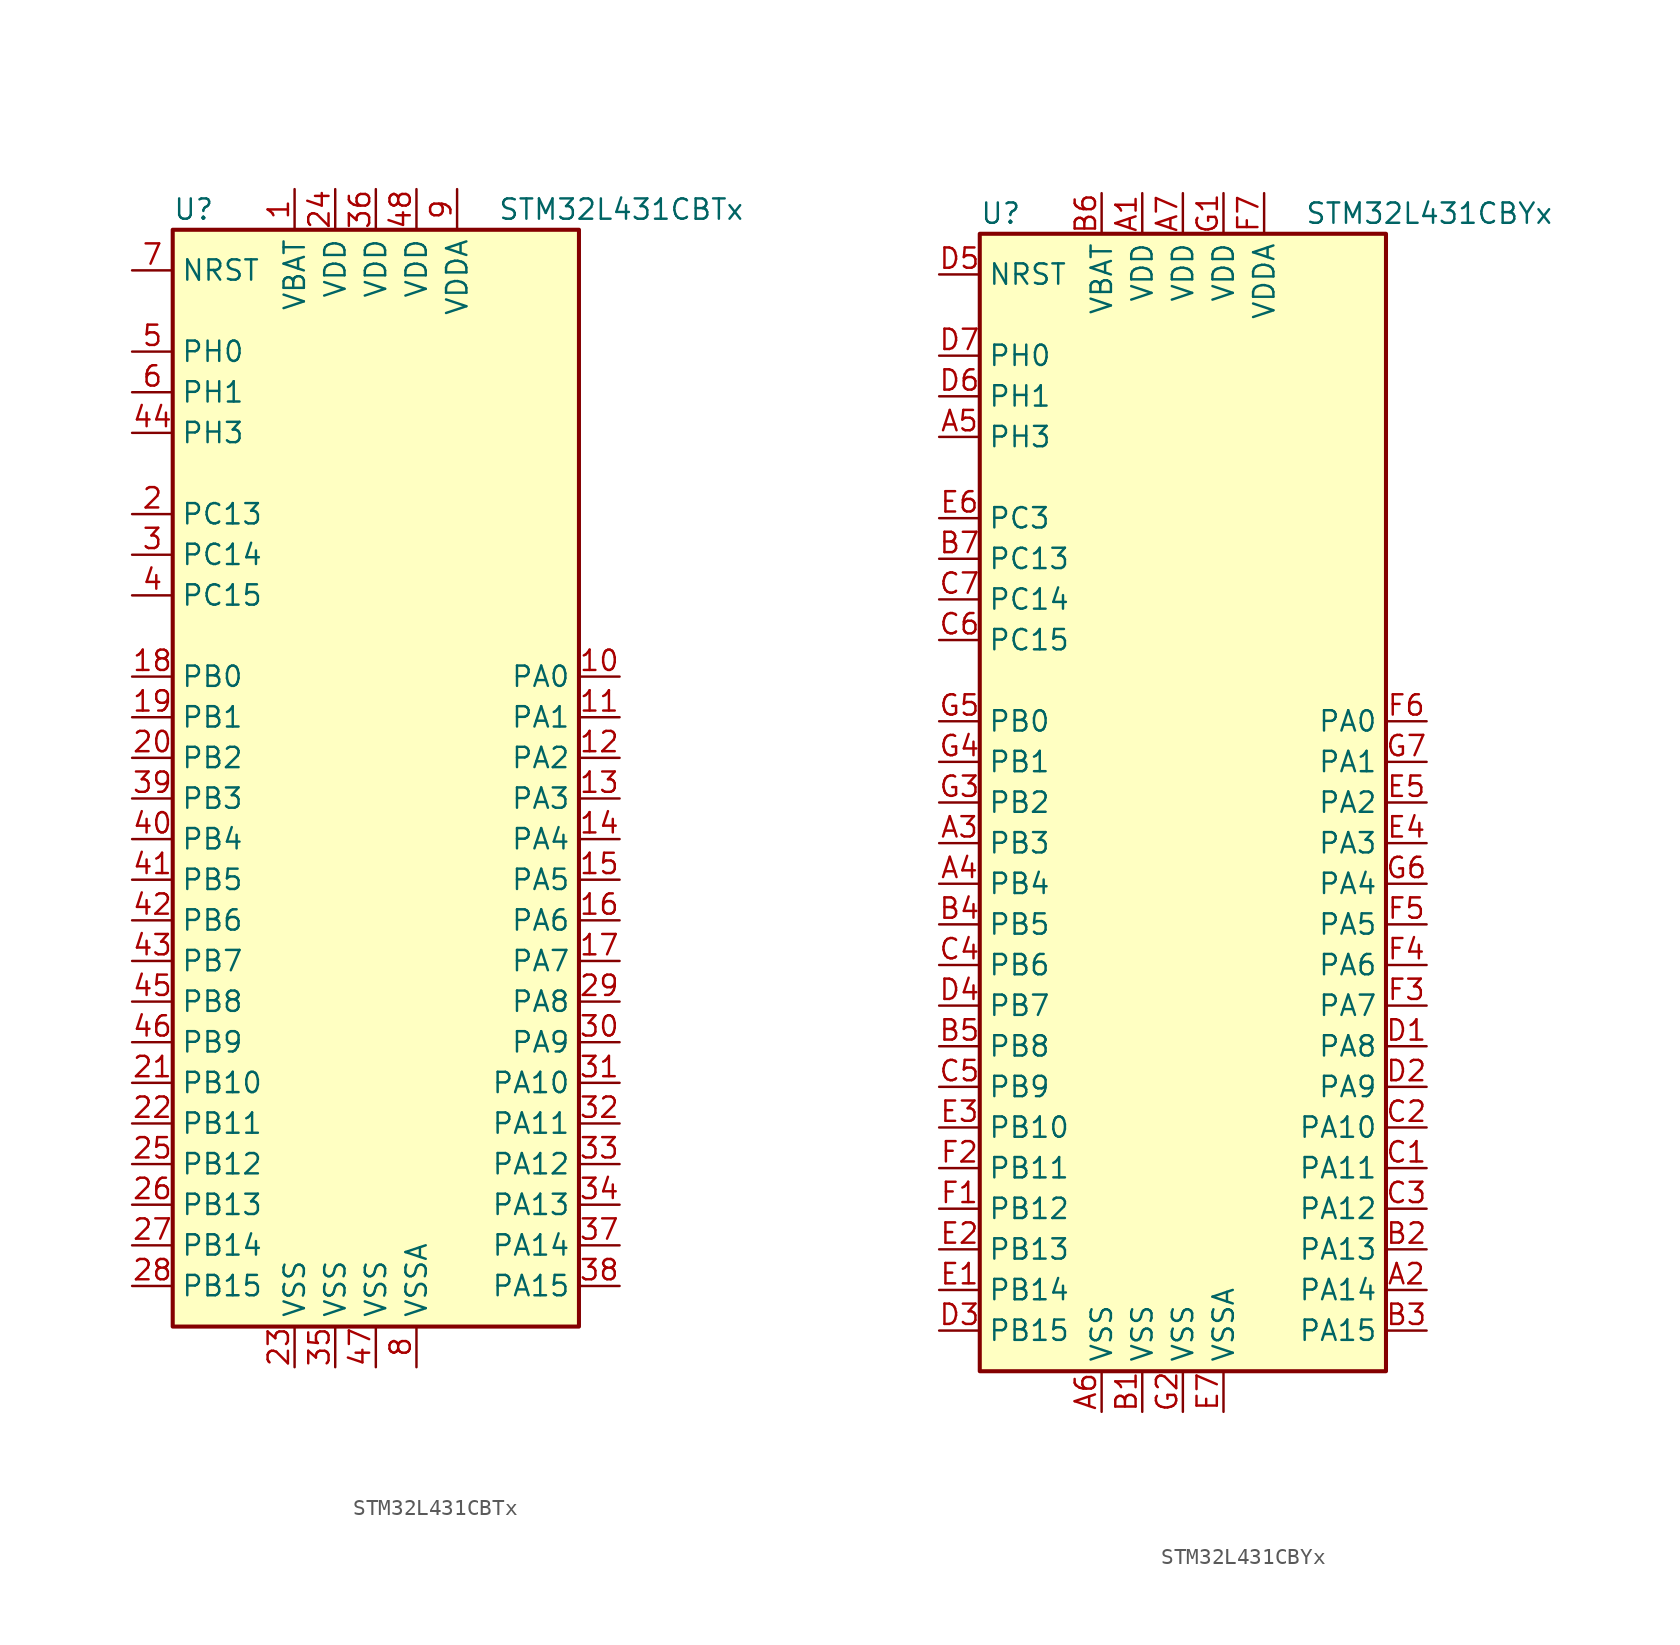
<source format=kicad_sym>
(kicad_symbol_lib
  (version 20211014)
  (generator kicad_symbol_editor)
  (symbol "STM32L431CBTx"
    (property "Reference" "U"
      (at -12.7 34.29 0)
      (effects (font (size 1.27 1.27)) (justify left)))
    (property "Value" "STM32L431CBTx"
      (at 7.62 34.29 0)
      (effects (font (size 1.27 1.27)) (justify left)))
    (symbol "STM32L431CBTx_0_1"
      (rectangle (start -12.7 -35.56) (end 12.7 33.02) (stroke (width 0.254) (type default) (color 0 0 0 0)) (fill (type background))))
    (symbol "STM32L431CBTx_1_1"
      (pin power_in line (at -5.08 35.56 270) (length 2.54) (name "VBAT" (effects (font (size 1.27 1.27)))) (number "1" (effects (font (size 1.27 1.27)))))
      (pin bidirectional line (at 15.24 5.08 180) (length 2.54) (name "PA0" (effects (font (size 1.27 1.27)))) (number "10" (effects (font (size 1.27 1.27)))))
      (pin bidirectional line (at 15.24 2.54 180) (length 2.54) (name "PA1" (effects (font (size 1.27 1.27)))) (number "11" (effects (font (size 1.27 1.27)))))
      (pin bidirectional line (at 15.24 0 180) (length 2.54) (name "PA2" (effects (font (size 1.27 1.27)))) (number "12" (effects (font (size 1.27 1.27)))))
      (pin bidirectional line (at 15.24 -2.54 180) (length 2.54) (name "PA3" (effects (font (size 1.27 1.27)))) (number "13" (effects (font (size 1.27 1.27)))))
      (pin bidirectional line (at 15.24 -5.08 180) (length 2.54) (name "PA4" (effects (font (size 1.27 1.27)))) (number "14" (effects (font (size 1.27 1.27)))))
      (pin bidirectional line (at 15.24 -7.62 180) (length 2.54) (name "PA5" (effects (font (size 1.27 1.27)))) (number "15" (effects (font (size 1.27 1.27)))))
      (pin bidirectional line (at 15.24 -10.16 180) (length 2.54) (name "PA6" (effects (font (size 1.27 1.27)))) (number "16" (effects (font (size 1.27 1.27)))))
      (pin bidirectional line (at 15.24 -12.7 180) (length 2.54) (name "PA7" (effects (font (size 1.27 1.27)))) (number "17" (effects (font (size 1.27 1.27)))))
      (pin bidirectional line (at -15.24 5.08 0) (length 2.54) (name "PB0" (effects (font (size 1.27 1.27)))) (number "18" (effects (font (size 1.27 1.27)))))
      (pin bidirectional line (at -15.24 2.54 0) (length 2.54) (name "PB1" (effects (font (size 1.27 1.27)))) (number "19" (effects (font (size 1.27 1.27)))))
      (pin bidirectional line (at -15.24 15.24 0) (length 2.54) (name "PC13" (effects (font (size 1.27 1.27)))) (number "2" (effects (font (size 1.27 1.27)))))
      (pin bidirectional line (at -15.24 0 0) (length 2.54) (name "PB2" (effects (font (size 1.27 1.27)))) (number "20" (effects (font (size 1.27 1.27)))))
      (pin bidirectional line (at -15.24 -20.32 0) (length 2.54) (name "PB10" (effects (font (size 1.27 1.27)))) (number "21" (effects (font (size 1.27 1.27)))))
      (pin bidirectional line (at -15.24 -22.86 0) (length 2.54) (name "PB11" (effects (font (size 1.27 1.27)))) (number "22" (effects (font (size 1.27 1.27)))))
      (pin power_in line (at -5.08 -38.1 90) (length 2.54) (name "VSS" (effects (font (size 1.27 1.27)))) (number "23" (effects (font (size 1.27 1.27)))))
      (pin power_in line (at -2.54 35.56 270) (length 2.54) (name "VDD" (effects (font (size 1.27 1.27)))) (number "24" (effects (font (size 1.27 1.27)))))
      (pin bidirectional line (at -15.24 -25.4 0) (length 2.54) (name "PB12" (effects (font (size 1.27 1.27)))) (number "25" (effects (font (size 1.27 1.27)))))
      (pin bidirectional line (at -15.24 -27.94 0) (length 2.54) (name "PB13" (effects (font (size 1.27 1.27)))) (number "26" (effects (font (size 1.27 1.27)))))
      (pin bidirectional line (at -15.24 -30.48 0) (length 2.54) (name "PB14" (effects (font (size 1.27 1.27)))) (number "27" (effects (font (size 1.27 1.27)))))
      (pin bidirectional line (at -15.24 -33.02 0) (length 2.54) (name "PB15" (effects (font (size 1.27 1.27)))) (number "28" (effects (font (size 1.27 1.27)))))
      (pin bidirectional line (at 15.24 -15.24 180) (length 2.54) (name "PA8" (effects (font (size 1.27 1.27)))) (number "29" (effects (font (size 1.27 1.27)))))
      (pin bidirectional line (at -15.24 12.7 0) (length 2.54) (name "PC14" (effects (font (size 1.27 1.27)))) (number "3" (effects (font (size 1.27 1.27)))))
      (pin bidirectional line (at 15.24 -17.78 180) (length 2.54) (name "PA9" (effects (font (size 1.27 1.27)))) (number "30" (effects (font (size 1.27 1.27)))))
      (pin bidirectional line (at 15.24 -20.32 180) (length 2.54) (name "PA10" (effects (font (size 1.27 1.27)))) (number "31" (effects (font (size 1.27 1.27)))))
      (pin bidirectional line (at 15.24 -22.86 180) (length 2.54) (name "PA11" (effects (font (size 1.27 1.27)))) (number "32" (effects (font (size 1.27 1.27)))))
      (pin bidirectional line (at 15.24 -25.4 180) (length 2.54) (name "PA12" (effects (font (size 1.27 1.27)))) (number "33" (effects (font (size 1.27 1.27)))))
      (pin bidirectional line (at 15.24 -27.94 180) (length 2.54) (name "PA13" (effects (font (size 1.27 1.27)))) (number "34" (effects (font (size 1.27 1.27)))))
      (pin power_in line (at -2.54 -38.1 90) (length 2.54) (name "VSS" (effects (font (size 1.27 1.27)))) (number "35" (effects (font (size 1.27 1.27)))))
      (pin power_in line (at 0 35.56 270) (length 2.54) (name "VDD" (effects (font (size 1.27 1.27)))) (number "36" (effects (font (size 1.27 1.27)))))
      (pin bidirectional line (at 15.24 -30.48 180) (length 2.54) (name "PA14" (effects (font (size 1.27 1.27)))) (number "37" (effects (font (size 1.27 1.27)))))
      (pin bidirectional line (at 15.24 -33.02 180) (length 2.54) (name "PA15" (effects (font (size 1.27 1.27)))) (number "38" (effects (font (size 1.27 1.27)))))
      (pin bidirectional line (at -15.24 -2.54 0) (length 2.54) (name "PB3" (effects (font (size 1.27 1.27)))) (number "39" (effects (font (size 1.27 1.27)))))
      (pin bidirectional line (at -15.24 10.16 0) (length 2.54) (name "PC15" (effects (font (size 1.27 1.27)))) (number "4" (effects (font (size 1.27 1.27)))))
      (pin bidirectional line (at -15.24 -5.08 0) (length 2.54) (name "PB4" (effects (font (size 1.27 1.27)))) (number "40" (effects (font (size 1.27 1.27)))))
      (pin bidirectional line (at -15.24 -7.62 0) (length 2.54) (name "PB5" (effects (font (size 1.27 1.27)))) (number "41" (effects (font (size 1.27 1.27)))))
      (pin bidirectional line (at -15.24 -10.16 0) (length 2.54) (name "PB6" (effects (font (size 1.27 1.27)))) (number "42" (effects (font (size 1.27 1.27)))))
      (pin bidirectional line (at -15.24 -12.7 0) (length 2.54) (name "PB7" (effects (font (size 1.27 1.27)))) (number "43" (effects (font (size 1.27 1.27)))))
      (pin bidirectional line (at -15.24 20.32 0) (length 2.54) (name "PH3" (effects (font (size 1.27 1.27)))) (number "44" (effects (font (size 1.27 1.27)))))
      (pin bidirectional line (at -15.24 -15.24 0) (length 2.54) (name "PB8" (effects (font (size 1.27 1.27)))) (number "45" (effects (font (size 1.27 1.27)))))
      (pin bidirectional line (at -15.24 -17.78 0) (length 2.54) (name "PB9" (effects (font (size 1.27 1.27)))) (number "46" (effects (font (size 1.27 1.27)))))
      (pin power_in line (at 0 -38.1 90) (length 2.54) (name "VSS" (effects (font (size 1.27 1.27)))) (number "47" (effects (font (size 1.27 1.27)))))
      (pin power_in line (at 2.54 35.56 270) (length 2.54) (name "VDD" (effects (font (size 1.27 1.27)))) (number "48" (effects (font (size 1.27 1.27)))))
      (pin input line (at -15.24 25.4 0) (length 2.54) (name "PH0" (effects (font (size 1.27 1.27)))) (number "5" (effects (font (size 1.27 1.27)))))
      (pin input line (at -15.24 22.86 0) (length 2.54) (name "PH1" (effects (font (size 1.27 1.27)))) (number "6" (effects (font (size 1.27 1.27)))))
      (pin input line (at -15.24 30.48 0) (length 2.54) (name "NRST" (effects (font (size 1.27 1.27)))) (number "7" (effects (font (size 1.27 1.27)))))
      (pin power_in line (at 2.54 -38.1 90) (length 2.54) (name "VSSA" (effects (font (size 1.27 1.27)))) (number "8" (effects (font (size 1.27 1.27)))))
      (pin power_in line (at 5.08 35.56 270) (length 2.54) (name "VDDA" (effects (font (size 1.27 1.27)))) (number "9" (effects (font (size 1.27 1.27)))))))
  (symbol "STM32L431CBYx"
    (property "Reference" "U"
      (at -12.7 36.83 0)
      (effects (font (size 1.27 1.27)) (justify left)))
    (property "Value" "STM32L431CBYx"
      (at 7.62 36.83 0)
      (effects (font (size 1.27 1.27)) (justify left)))
    (symbol "STM32L431CBYx_0_1"
      (rectangle (start -12.7 -35.56) (end 12.7 35.56) (stroke (width 0.254) (type default) (color 0 0 0 0)) (fill (type background))))
    (symbol "STM32L431CBYx_1_1"
      (pin power_in line (at -2.54 38.1 270) (length 2.54) (name "VDD" (effects (font (size 1.27 1.27)))) (number "A1" (effects (font (size 1.27 1.27)))))
      (pin bidirectional line (at 15.24 -30.48 180) (length 2.54) (name "PA14" (effects (font (size 1.27 1.27)))) (number "A2" (effects (font (size 1.27 1.27)))))
      (pin bidirectional line (at -15.24 -2.54 0) (length 2.54) (name "PB3" (effects (font (size 1.27 1.27)))) (number "A3" (effects (font (size 1.27 1.27)))))
      (pin bidirectional line (at -15.24 -5.08 0) (length 2.54) (name "PB4" (effects (font (size 1.27 1.27)))) (number "A4" (effects (font (size 1.27 1.27)))))
      (pin bidirectional line (at -15.24 22.86 0) (length 2.54) (name "PH3" (effects (font (size 1.27 1.27)))) (number "A5" (effects (font (size 1.27 1.27)))))
      (pin power_in line (at -5.08 -38.1 90) (length 2.54) (name "VSS" (effects (font (size 1.27 1.27)))) (number "A6" (effects (font (size 1.27 1.27)))))
      (pin power_in line (at 0 38.1 270) (length 2.54) (name "VDD" (effects (font (size 1.27 1.27)))) (number "A7" (effects (font (size 1.27 1.27)))))
      (pin power_in line (at -2.54 -38.1 90) (length 2.54) (name "VSS" (effects (font (size 1.27 1.27)))) (number "B1" (effects (font (size 1.27 1.27)))))
      (pin bidirectional line (at 15.24 -27.94 180) (length 2.54) (name "PA13" (effects (font (size 1.27 1.27)))) (number "B2" (effects (font (size 1.27 1.27)))))
      (pin bidirectional line (at 15.24 -33.02 180) (length 2.54) (name "PA15" (effects (font (size 1.27 1.27)))) (number "B3" (effects (font (size 1.27 1.27)))))
      (pin bidirectional line (at -15.24 -7.62 0) (length 2.54) (name "PB5" (effects (font (size 1.27 1.27)))) (number "B4" (effects (font (size 1.27 1.27)))))
      (pin bidirectional line (at -15.24 -15.24 0) (length 2.54) (name "PB8" (effects (font (size 1.27 1.27)))) (number "B5" (effects (font (size 1.27 1.27)))))
      (pin power_in line (at -5.08 38.1 270) (length 2.54) (name "VBAT" (effects (font (size 1.27 1.27)))) (number "B6" (effects (font (size 1.27 1.27)))))
      (pin bidirectional line (at -15.24 15.24 0) (length 2.54) (name "PC13" (effects (font (size 1.27 1.27)))) (number "B7" (effects (font (size 1.27 1.27)))))
      (pin bidirectional line (at 15.24 -22.86 180) (length 2.54) (name "PA11" (effects (font (size 1.27 1.27)))) (number "C1" (effects (font (size 1.27 1.27)))))
      (pin bidirectional line (at 15.24 -20.32 180) (length 2.54) (name "PA10" (effects (font (size 1.27 1.27)))) (number "C2" (effects (font (size 1.27 1.27)))))
      (pin bidirectional line (at 15.24 -25.4 180) (length 2.54) (name "PA12" (effects (font (size 1.27 1.27)))) (number "C3" (effects (font (size 1.27 1.27)))))
      (pin bidirectional line (at -15.24 -10.16 0) (length 2.54) (name "PB6" (effects (font (size 1.27 1.27)))) (number "C4" (effects (font (size 1.27 1.27)))))
      (pin bidirectional line (at -15.24 -17.78 0) (length 2.54) (name "PB9" (effects (font (size 1.27 1.27)))) (number "C5" (effects (font (size 1.27 1.27)))))
      (pin bidirectional line (at -15.24 10.16 0) (length 2.54) (name "PC15" (effects (font (size 1.27 1.27)))) (number "C6" (effects (font (size 1.27 1.27)))))
      (pin bidirectional line (at -15.24 12.7 0) (length 2.54) (name "PC14" (effects (font (size 1.27 1.27)))) (number "C7" (effects (font (size 1.27 1.27)))))
      (pin bidirectional line (at 15.24 -15.24 180) (length 2.54) (name "PA8" (effects (font (size 1.27 1.27)))) (number "D1" (effects (font (size 1.27 1.27)))))
      (pin bidirectional line (at 15.24 -17.78 180) (length 2.54) (name "PA9" (effects (font (size 1.27 1.27)))) (number "D2" (effects (font (size 1.27 1.27)))))
      (pin bidirectional line (at -15.24 -33.02 0) (length 2.54) (name "PB15" (effects (font (size 1.27 1.27)))) (number "D3" (effects (font (size 1.27 1.27)))))
      (pin bidirectional line (at -15.24 -12.7 0) (length 2.54) (name "PB7" (effects (font (size 1.27 1.27)))) (number "D4" (effects (font (size 1.27 1.27)))))
      (pin input line (at -15.24 33.02 0) (length 2.54) (name "NRST" (effects (font (size 1.27 1.27)))) (number "D5" (effects (font (size 1.27 1.27)))))
      (pin input line (at -15.24 25.4 0) (length 2.54) (name "PH1" (effects (font (size 1.27 1.27)))) (number "D6" (effects (font (size 1.27 1.27)))))
      (pin input line (at -15.24 27.94 0) (length 2.54) (name "PH0" (effects (font (size 1.27 1.27)))) (number "D7" (effects (font (size 1.27 1.27)))))
      (pin bidirectional line (at -15.24 -30.48 0) (length 2.54) (name "PB14" (effects (font (size 1.27 1.27)))) (number "E1" (effects (font (size 1.27 1.27)))))
      (pin bidirectional line (at -15.24 -27.94 0) (length 2.54) (name "PB13" (effects (font (size 1.27 1.27)))) (number "E2" (effects (font (size 1.27 1.27)))))
      (pin bidirectional line (at -15.24 -20.32 0) (length 2.54) (name "PB10" (effects (font (size 1.27 1.27)))) (number "E3" (effects (font (size 1.27 1.27)))))
      (pin bidirectional line (at 15.24 -2.54 180) (length 2.54) (name "PA3" (effects (font (size 1.27 1.27)))) (number "E4" (effects (font (size 1.27 1.27)))))
      (pin bidirectional line (at 15.24 0 180) (length 2.54) (name "PA2" (effects (font (size 1.27 1.27)))) (number "E5" (effects (font (size 1.27 1.27)))))
      (pin bidirectional line (at -15.24 17.78 0) (length 2.54) (name "PC3" (effects (font (size 1.27 1.27)))) (number "E6" (effects (font (size 1.27 1.27)))))
      (pin power_in line (at 2.54 -38.1 90) (length 2.54) (name "VSSA" (effects (font (size 1.27 1.27)))) (number "E7" (effects (font (size 1.27 1.27)))))
      (pin bidirectional line (at -15.24 -25.4 0) (length 2.54) (name "PB12" (effects (font (size 1.27 1.27)))) (number "F1" (effects (font (size 1.27 1.27)))))
      (pin bidirectional line (at -15.24 -22.86 0) (length 2.54) (name "PB11" (effects (font (size 1.27 1.27)))) (number "F2" (effects (font (size 1.27 1.27)))))
      (pin bidirectional line (at 15.24 -12.7 180) (length 2.54) (name "PA7" (effects (font (size 1.27 1.27)))) (number "F3" (effects (font (size 1.27 1.27)))))
      (pin bidirectional line (at 15.24 -10.16 180) (length 2.54) (name "PA6" (effects (font (size 1.27 1.27)))) (number "F4" (effects (font (size 1.27 1.27)))))
      (pin bidirectional line (at 15.24 -7.62 180) (length 2.54) (name "PA5" (effects (font (size 1.27 1.27)))) (number "F5" (effects (font (size 1.27 1.27)))))
      (pin bidirectional line (at 15.24 5.08 180) (length 2.54) (name "PA0" (effects (font (size 1.27 1.27)))) (number "F6" (effects (font (size 1.27 1.27)))))
      (pin power_in line (at 5.08 38.1 270) (length 2.54) (name "VDDA" (effects (font (size 1.27 1.27)))) (number "F7" (effects (font (size 1.27 1.27)))))
      (pin power_in line (at 2.54 38.1 270) (length 2.54) (name "VDD" (effects (font (size 1.27 1.27)))) (number "G1" (effects (font (size 1.27 1.27)))))
      (pin power_in line (at 0 -38.1 90) (length 2.54) (name "VSS" (effects (font (size 1.27 1.27)))) (number "G2" (effects (font (size 1.27 1.27)))))
      (pin bidirectional line (at -15.24 0 0) (length 2.54) (name "PB2" (effects (font (size 1.27 1.27)))) (number "G3" (effects (font (size 1.27 1.27)))))
      (pin bidirectional line (at -15.24 2.54 0) (length 2.54) (name "PB1" (effects (font (size 1.27 1.27)))) (number "G4" (effects (font (size 1.27 1.27)))))
      (pin bidirectional line (at -15.24 5.08 0) (length 2.54) (name "PB0" (effects (font (size 1.27 1.27)))) (number "G5" (effects (font (size 1.27 1.27)))))
      (pin bidirectional line (at 15.24 -5.08 180) (length 2.54) (name "PA4" (effects (font (size 1.27 1.27)))) (number "G6" (effects (font (size 1.27 1.27)))))
      (pin bidirectional line (at 15.24 2.54 180) (length 2.54) (name "PA1" (effects (font (size 1.27 1.27)))) (number "G7" (effects (font (size 1.27 1.27))))))))
</source>
